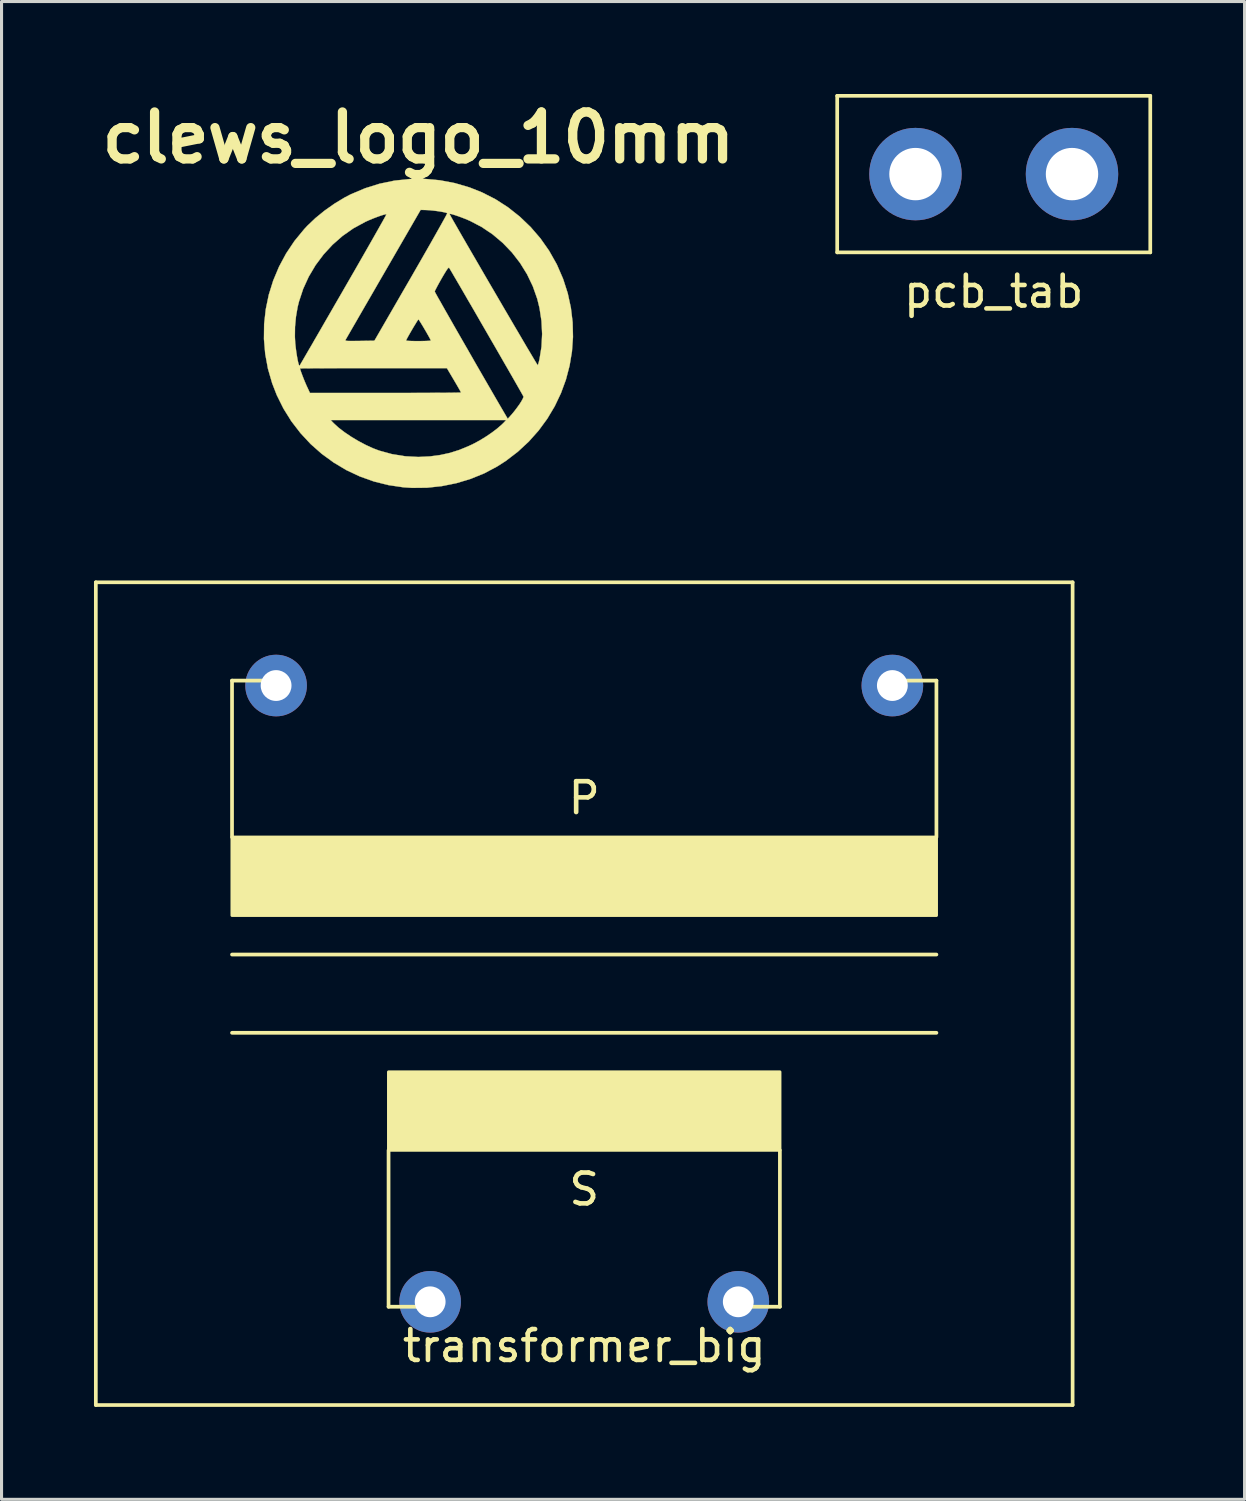
<source format=kicad_pcb>
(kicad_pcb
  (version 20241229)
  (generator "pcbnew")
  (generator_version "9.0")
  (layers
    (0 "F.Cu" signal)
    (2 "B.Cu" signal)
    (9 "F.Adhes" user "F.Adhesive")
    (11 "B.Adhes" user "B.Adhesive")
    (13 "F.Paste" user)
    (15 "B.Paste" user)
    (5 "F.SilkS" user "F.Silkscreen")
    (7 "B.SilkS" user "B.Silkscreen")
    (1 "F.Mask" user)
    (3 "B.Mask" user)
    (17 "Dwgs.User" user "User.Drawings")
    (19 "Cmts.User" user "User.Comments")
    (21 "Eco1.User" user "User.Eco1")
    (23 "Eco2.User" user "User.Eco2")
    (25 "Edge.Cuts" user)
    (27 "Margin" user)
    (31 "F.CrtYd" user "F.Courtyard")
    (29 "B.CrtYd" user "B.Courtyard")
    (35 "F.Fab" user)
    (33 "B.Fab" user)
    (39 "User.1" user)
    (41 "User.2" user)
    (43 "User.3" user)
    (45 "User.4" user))
  (footprint "pcb_tab"
    (layer "F.Cu")
    (at 29.2 2.6)
    (property "Reference" "pcb_tab" (at 0 3.81 0) (layer "F.SilkS") (effects (font (size 1 1) (thickness 0.15))))
    (attr through_hole)
    (fp_line (start -5.08 -2.54) (end -5.08 2.54) (stroke (width 0.12) (type solid)) (layer "F.SilkS"))
    (fp_line (start -5.08 2.54) (end 5.08 2.54) (stroke (width 0.12) (type solid)) (layer "F.SilkS"))
    (fp_line (start 5.08 -2.54) (end -5.08 -2.54) (stroke (width 0.12) (type solid)) (layer "F.SilkS"))
    (fp_line (start 5.08 2.54) (end 5.08 -2.54) (stroke (width 0.12) (type solid)) (layer "F.SilkS"))
    (pad "1" thru_hole circle (at -2.54 0) (size 3 3) (drill 1.7) (layers "*.Cu" "*.Mask"))
    (pad "1" thru_hole circle (at 2.54 0) (size 3 3) (drill 1.7) (layers "*.Cu" "*.Mask")))
  (footprint "clews_logo_10mm"
    (layer "F.Cu")
    (at 10.53 7.768)
    (property "Reference" "clews_logo_10mm" (at 0 -6.35 0) (layer "F.SilkS") (effects (font (size 1.524 1.524) (thickness 0.3))))
    (attr through_hole)
    (fp_poly (pts (xy 0.693 -4.968) (xy 1.179 -4.876) (xy 1.657 -4.736) (xy 2.062 -4.575) (xy 2.495 -4.355) (xy 2.904 -4.092) (xy 3.287 -3.789) (xy 3.64 -3.451) (xy 3.959 -3.081) (xy 4.24 -2.681) (xy 4.48 -2.256) (xy 4.497 -2.223) (xy 4.695 -1.766) (xy 4.845 -1.3) (xy 4.947 -0.829) (xy 5.004 -0.356) (xy 5.015 0.117) (xy 4.982 0.586) (xy 4.905 1.049) (xy 4.786 1.502) (xy 4.625 1.941) (xy 4.423 2.365) (xy 4.181 2.771) (xy 3.9 3.154) (xy 3.581 3.512) (xy 3.225 3.842) (xy 2.833 4.142) (xy 2.552 4.322) (xy 2.136 4.543) (xy 1.694 4.723) (xy 1.232 4.862) (xy 0.758 4.958) (xy 0.277 5.01) (xy -0.205 5.015) (xy -0.484 4.997) (xy -0.972 4.925) (xy -1.446 4.807) (xy -1.902 4.644) (xy -2.338 4.439) (xy -2.751 4.193) (xy -3.139 3.91) (xy -3.499 3.592) (xy -3.827 3.239) (xy -4.122 2.856) (xy -4.148 2.814) (xy -2.849 2.814) (xy -2.75 2.917) (xy -2.596 3.058) (xy -2.404 3.206) (xy -2.185 3.354) (xy -1.949 3.495) (xy -1.708 3.623) (xy -1.472 3.731) (xy -1.274 3.806) (xy -0.858 3.92) (xy -0.431 3.989) (xy -0.002 4.012) (xy 0.38 3.993) (xy 0.716 3.947) (xy 1.026 3.879) (xy 1.328 3.783) (xy 1.637 3.655) (xy 1.797 3.579) (xy 1.988 3.476) (xy 2.185 3.355) (xy 2.377 3.225) (xy 2.552 3.093) (xy 2.697 2.968) (xy 2.75 2.917) (xy 2.849 2.814) (xy -2.849 2.814) (xy -4.148 2.814) (xy -4.38 2.443) (xy -4.598 2.004) (xy -4.747 1.621) (xy -4.885 1.146) (xy -4.886 1.139) (xy -3.844 1.139) (xy -3.835 1.178) (xy -3.81 1.251) (xy -3.774 1.349) (xy -3.732 1.459) (xy -3.687 1.57) (xy -3.643 1.672) (xy -3.622 1.719) (xy -3.521 1.935) (xy -1.069 1.935) (xy -0.723 1.934) (xy -0.391 1.934) (xy -0.078 1.933) (xy 0.215 1.932) (xy 0.482 1.931) (xy 0.721 1.93) (xy 0.929 1.929) (xy 1.102 1.927) (xy 1.236 1.925) (xy 1.329 1.923) (xy 1.376 1.921) (xy 1.382 1.92) (xy 1.37 1.895) (xy 1.336 1.834) (xy 1.285 1.744) (xy 1.22 1.632) (xy 1.153 1.518) (xy 0.924 1.131) (xy -1.46 1.131) (xy -1.801 1.131) (xy -2.128 1.131) (xy -2.437 1.131) (xy -2.724 1.132) (xy -2.986 1.132) (xy -3.22 1.133) (xy -3.422 1.134) (xy -3.588 1.135) (xy -3.716 1.136) (xy -3.802 1.137) (xy -3.841 1.138) (xy -3.844 1.139) (xy -4.886 1.139) (xy -4.973 0.665) (xy -5.014 0.181) (xy -5.013 0.112) (xy -4.01 0.112) (xy -3.999 0.311) (xy -3.983 0.464) (xy -3.963 0.614) (xy -3.941 0.753) (xy -3.919 0.874) (xy -3.897 0.97) (xy -3.877 1.032) (xy -3.861 1.054) (xy -3.858 1.053) (xy -3.845 1.03) (xy -3.808 0.966) (xy -3.749 0.865) (xy -3.67 0.728) (xy -3.572 0.559) (xy -3.456 0.361) (xy -3.377 0.223) (xy -2.37 0.223) (xy -2.364 0.234) (xy -2.34 0.242) (xy -2.291 0.246) (xy -2.212 0.248) (xy -2.096 0.248) (xy -1.936 0.246) (xy -1.909 0.246) (xy -1.428 0.239) (xy -1.426 0.234) (xy -0.402 0.234) (xy -0.378 0.24) (xy -0.313 0.245) (xy -0.214 0.249) (xy -0.09 0.251) (xy 0 0.251) (xy 0.136 0.25) (xy 0.252 0.247) (xy 0.34 0.243) (xy 0.392 0.238) (xy 0.402 0.234) (xy 0.39 0.204) (xy 0.358 0.142) (xy 0.31 0.056) (xy 0.253 -0.044) (xy 0.191 -0.15) (xy 0.13 -0.253) (xy 0.075 -0.342) (xy 0.032 -0.41) (xy 0.005 -0.448) (xy 0 -0.452) (xy -0.017 -0.432) (xy -0.054 -0.377) (xy -0.104 -0.295) (xy -0.163 -0.198) (xy -0.225 -0.092) (xy -0.285 0.012) (xy -0.338 0.106) (xy -0.378 0.18) (xy -0.399 0.225) (xy -0.402 0.234) (xy -1.426 0.234) (xy -0.506 -1.358) (xy 0.528 -1.358) (xy 0.54 -1.333) (xy 0.575 -1.268) (xy 0.631 -1.167) (xy 0.707 -1.034) (xy 0.799 -0.871) (xy 0.906 -0.682) (xy 1.026 -0.472) (xy 1.156 -0.243) (xy 1.295 -0.000137) (xy 1.441 0.254) (xy 1.592 0.516) (xy 1.744 0.782) (xy 1.897 1.049) (xy 2.049 1.312) (xy 2.197 1.568) (xy 2.339 1.813) (xy 2.473 2.045) (xy 2.597 2.259) (xy 2.71 2.452) (xy 2.759 2.536) (xy 2.898 2.774) (xy 3.021 2.637) (xy 3.093 2.551) (xy 3.177 2.443) (xy 3.259 2.33) (xy 3.284 2.294) (xy 3.345 2.199) (xy 3.388 2.119) (xy 3.409 2.066) (xy 3.409 2.052) (xy 3.394 2.023) (xy 3.356 1.955) (xy 3.297 1.851) (xy 3.219 1.714) (xy 3.125 1.549) (xy 3.016 1.359) (xy 2.895 1.148) (xy 2.763 0.92) (xy 2.624 0.677) (xy 2.478 0.424) (xy 2.328 0.165) (xy 2.177 -0.097) (xy 2.026 -0.358) (xy 1.878 -0.615) (xy 1.734 -0.864) (xy 1.596 -1.1) (xy 1.468 -1.322) (xy 1.351 -1.524) (xy 1.246 -1.703) (xy 1.157 -1.855) (xy 1.086 -1.978) (xy 1.033 -2.066) (xy 1.003 -2.117) (xy 0.995 -2.128) (xy 0.978 -2.129) (xy 0.95 -2.101) (xy 0.908 -2.042) (xy 0.849 -1.947) (xy 0.77 -1.813) (xy 0.747 -1.773) (xy 0.676 -1.647) (xy 0.614 -1.534) (xy 0.567 -1.443) (xy 0.536 -1.382) (xy 0.528 -1.358) (xy -0.506 -1.358) (xy -0.238 -1.821) (xy -0.068 -2.117) (xy 0.095 -2.4) (xy 0.248 -2.668) (xy 0.391 -2.918) (xy 0.52 -3.146) (xy 0.635 -3.35) (xy 0.734 -3.526) (xy 0.815 -3.672) (xy 0.877 -3.784) (xy 0.917 -3.86) (xy 0.922 -3.872) (xy 1.009 -3.872) (xy 1.027 -3.839) (xy 1.067 -3.766) (xy 1.128 -3.657) (xy 1.209 -3.517) (xy 1.306 -3.347) (xy 1.419 -3.151) (xy 1.545 -2.933) (xy 1.682 -2.696) (xy 1.829 -2.444) (xy 1.983 -2.179) (xy 2.142 -1.904) (xy 2.305 -1.624) (xy 2.47 -1.342) (xy 2.634 -1.061) (xy 2.796 -0.783) (xy 2.954 -0.514) (xy 3.105 -0.255) (xy 3.249 -0.011) (xy 3.382 0.216) (xy 3.503 0.423) (xy 3.611 0.604) (xy 3.703 0.759) (xy 3.776 0.882) (xy 3.831 0.972) (xy 3.863 1.024) (xy 3.872 1.036) (xy 3.885 1.004) (xy 3.905 0.936) (xy 3.926 0.848) (xy 3.928 0.842) (xy 3.993 0.439) (xy 4.014 0.021) (xy 3.993 -0.402) (xy 3.929 -0.821) (xy 3.856 -1.118) (xy 3.712 -1.527) (xy 3.525 -1.917) (xy 3.298 -2.284) (xy 3.034 -2.625) (xy 2.736 -2.935) (xy 2.408 -3.212) (xy 2.053 -3.451) (xy 1.675 -3.649) (xy 1.52 -3.715) (xy 1.372 -3.772) (xy 1.242 -3.818) (xy 1.134 -3.853) (xy 1.056 -3.874) (xy 1.014 -3.878) (xy 1.009 -3.872) (xy 0.922 -3.872) (xy 0.934 -3.897) (xy 0.934 -3.899) (xy 0.898 -3.914) (xy 0.823 -3.932) (xy 0.721 -3.951) (xy 0.602 -3.969) (xy 0.478 -3.984) (xy 0.361 -3.996) (xy 0.268 -4.001) (xy 0.071 -4.007) (xy -1.134 -1.922) (xy -1.307 -1.624) (xy -1.472 -1.337) (xy -1.629 -1.066) (xy -1.776 -0.812) (xy -1.91 -0.58) (xy -2.03 -0.371) (xy -2.135 -0.19) (xy -2.222 -0.039) (xy -2.29 0.079) (xy -2.337 0.161) (xy -2.362 0.203) (xy -2.364 0.208) (xy -2.37 0.223) (xy -3.377 0.223) (xy -3.326 0.135) (xy -3.181 -0.115) (xy -3.025 -0.387) (xy -2.857 -0.677) (xy -2.681 -0.983) (xy -2.496 -1.302) (xy -2.438 -1.403) (xy -2.252 -1.726) (xy -2.073 -2.036) (xy -1.904 -2.331) (xy -1.745 -2.609) (xy -1.598 -2.866) (xy -1.465 -3.1) (xy -1.347 -3.308) (xy -1.246 -3.487) (xy -1.163 -3.634) (xy -1.1 -3.747) (xy -1.059 -3.823) (xy -1.041 -3.859) (xy -1.04 -3.862) (xy -1.071 -3.862) (xy -1.14 -3.846) (xy -1.237 -3.815) (xy -1.353 -3.773) (xy -1.481 -3.724) (xy -1.61 -3.67) (xy -1.732 -3.615) (xy -1.733 -3.614) (xy -2.111 -3.408) (xy -2.463 -3.161) (xy -2.788 -2.876) (xy -3.081 -2.558) (xy -3.34 -2.211) (xy -3.561 -1.838) (xy -3.741 -1.444) (xy -3.877 -1.032) (xy -3.921 -0.856) (xy -3.975 -0.541) (xy -4.006 -0.211) (xy -4.01 0.112) (xy -5.013 0.112) (xy -5.008 -0.302) (xy -4.955 -0.781) (xy -4.857 -1.253) (xy -4.713 -1.714) (xy -4.526 -2.16) (xy -4.296 -2.589) (xy -4.023 -2.998) (xy -3.708 -3.381) (xy -3.608 -3.489) (xy -3.345 -3.739) (xy -3.047 -3.982) (xy -2.728 -4.207) (xy -2.403 -4.404) (xy -2.198 -4.511) (xy -1.735 -4.707) (xy -1.26 -4.856) (xy -0.777 -4.956) (xy -0.288 -5.008) (xy 0.203 -5.012) (xy 0.693 -4.968)) (stroke (width 0.01) (type solid)) (fill yes) (layer "F.SilkS")))
  (footprint "transformer_big"
    (layer "F.Cu")
    (at 15.91 29.198)
    (property "Reference" "transformer_big" (at 0 11.43 0) (layer "F.SilkS") (effects (font (size 1 1) (thickness 0.15))))
    (attr through_hole)
    (fp_line (start -15.85 -13.35) (end -15.85 13.35) (stroke (width 0.12) (type solid)) (layer "F.SilkS"))
    (fp_line (start -15.85 13.35) (end 15.85 13.35) (stroke (width 0.12) (type solid)) (layer "F.SilkS"))
    (fp_line (start -11.43 -10.16) (end -10.16 -10.16) (stroke (width 0.12) (type solid)) (layer "F.SilkS"))
    (fp_line (start -11.43 -5.08) (end -11.43 -10.16) (stroke (width 0.12) (type solid)) (layer "F.SilkS"))
    (fp_line (start -11.43 -1.27) (end 11.43 -1.27) (stroke (width 0.12) (type solid)) (layer "F.SilkS"))
    (fp_line (start -11.43 1.27) (end 11.43 1.27) (stroke (width 0.12) (type solid)) (layer "F.SilkS"))
    (fp_line (start -6.35 5.08) (end -6.35 10.16) (stroke (width 0.12) (type solid)) (layer "F.SilkS"))
    (fp_line (start -6.35 10.16) (end -5.08 10.16) (stroke (width 0.12) (type solid)) (layer "F.SilkS"))
    (fp_line (start 6.35 5.08) (end 6.35 10.16) (stroke (width 0.12) (type solid)) (layer "F.SilkS"))
    (fp_line (start 6.35 10.16) (end 5.08 10.16) (stroke (width 0.12) (type solid)) (layer "F.SilkS"))
    (fp_line (start 11.43 -10.16) (end 10.16 -10.16) (stroke (width 0.12) (type solid)) (layer "F.SilkS"))
    (fp_line (start 11.43 -5.08) (end 11.43 -10.16) (stroke (width 0.12) (type solid)) (layer "F.SilkS"))
    (fp_line (start 15.85 -13.35) (end -15.85 -13.35) (stroke (width 0.12) (type solid)) (layer "F.SilkS"))
    (fp_line (start 15.85 -13.35) (end 15.85 13.35) (stroke (width 0.12) (type solid)) (layer "F.SilkS"))
    (fp_poly (pts (xy 6.35 5.08) (xy -6.35 5.08) (xy -6.35 2.54) (xy 6.35 2.54)) (stroke (width 0.1) (type solid)) (fill yes) (layer "F.SilkS"))
    (fp_poly (pts (xy 11.43 -2.54) (xy -11.43 -2.54) (xy -11.43 -5.08) (xy 11.43 -5.08)) (stroke (width 0.1) (type solid)) (fill yes) (layer "F.SilkS"))
    (fp_text user "P" (at 0 -6.35 0) (layer "F.SilkS") (effects (font (size 1 1) (thickness 0.15))))
    (fp_text user "S" (at 0 6.35 0) (layer "F.SilkS") (effects (font (size 1 1) (thickness 0.15))))
    (pad "1" thru_hole circle (at -10 -10) (size 2 2) (drill 1) (layers "*.Cu" "*.Mask"))
    (pad "2" thru_hole circle (at 10 -10) (size 2 2) (drill 1) (layers "*.Cu" "*.Mask"))
    (pad "3" thru_hole circle (at -5 10) (size 2 2) (drill 1) (layers "*.Cu" "*.Mask"))
    (pad "4" thru_hole circle (at 5 10) (size 2 2) (drill 1) (layers "*.Cu" "*.Mask")))
  (gr_rect
    (start -3 -3)
    (end 37.34 45.608)
    (stroke (width 0.1) (type default))
    (fill no)
    (layer "Edge.Cuts")))
</source>
